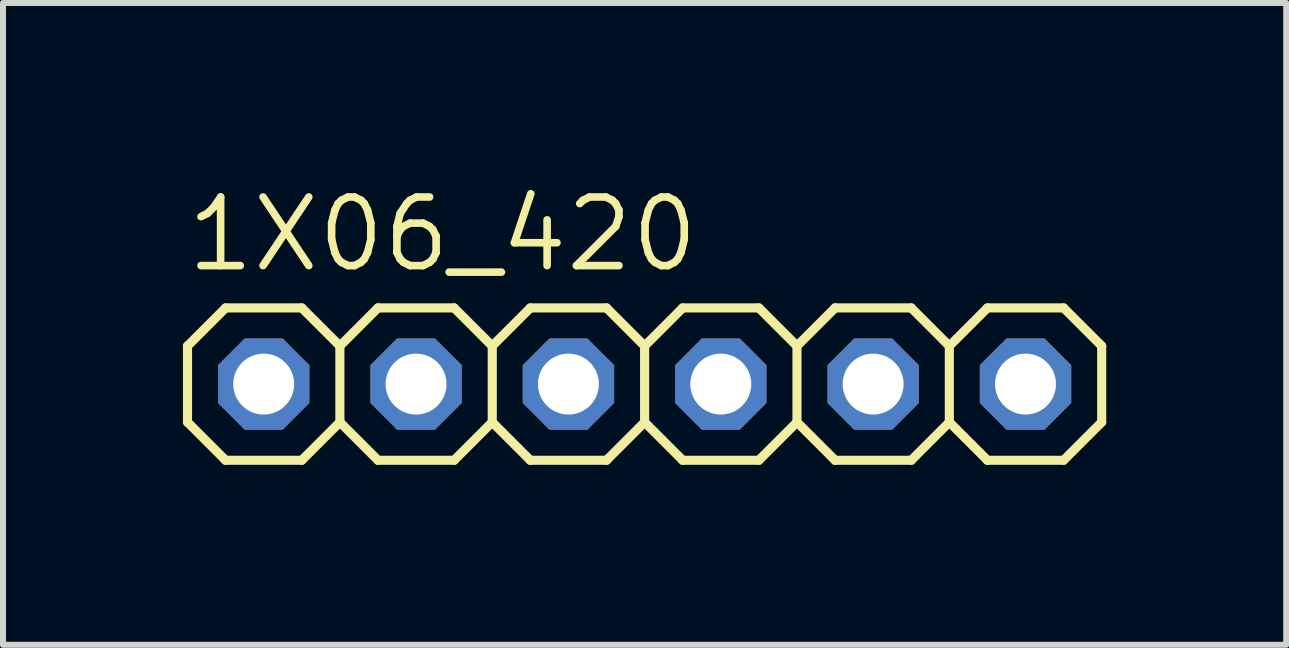
<source format=kicad_pcb>
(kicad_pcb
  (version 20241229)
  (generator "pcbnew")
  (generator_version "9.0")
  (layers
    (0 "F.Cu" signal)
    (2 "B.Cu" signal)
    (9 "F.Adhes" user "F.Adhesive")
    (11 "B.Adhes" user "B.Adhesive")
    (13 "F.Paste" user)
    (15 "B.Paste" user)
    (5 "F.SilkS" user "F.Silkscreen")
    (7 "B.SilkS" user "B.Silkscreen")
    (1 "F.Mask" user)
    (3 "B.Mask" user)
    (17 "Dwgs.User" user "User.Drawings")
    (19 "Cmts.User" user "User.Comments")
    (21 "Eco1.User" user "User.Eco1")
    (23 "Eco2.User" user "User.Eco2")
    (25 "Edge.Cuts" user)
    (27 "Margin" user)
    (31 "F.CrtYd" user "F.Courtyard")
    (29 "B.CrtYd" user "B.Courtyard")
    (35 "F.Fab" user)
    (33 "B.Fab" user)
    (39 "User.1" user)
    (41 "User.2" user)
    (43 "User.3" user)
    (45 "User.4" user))
  (footprint "1X06_420"
    (layer "F.Cu")
    (at 7.696 3.353)
    (property "Reference" "1X06_420" (at -7.696 -1.829 0) (unlocked yes) (layer "F.SilkS") (effects (font (size 1.143 1.143) (thickness 0.127)) (justify left bottom)))
    (fp_line (start -7.62 -0.635) (end -7.62 0.635) (stroke (width 0.152) (type solid)) (layer "F.SilkS"))
    (fp_line (start -7.62 0.635) (end -6.985 1.27) (stroke (width 0.152) (type solid)) (layer "F.SilkS"))
    (fp_line (start -6.985 -1.27) (end -7.62 -0.635) (stroke (width 0.152) (type solid)) (layer "F.SilkS"))
    (fp_line (start -6.985 -1.27) (end -5.715 -1.27) (stroke (width 0.152) (type solid)) (layer "F.SilkS"))
    (fp_line (start -5.715 -1.27) (end -5.08 -0.635) (stroke (width 0.152) (type solid)) (layer "F.SilkS"))
    (fp_line (start -5.715 1.27) (end -6.985 1.27) (stroke (width 0.152) (type solid)) (layer "F.SilkS"))
    (fp_line (start -5.08 -0.635) (end -5.08 0.635) (stroke (width 0.152) (type solid)) (layer "F.SilkS"))
    (fp_line (start -5.08 -0.635) (end -4.445 -1.27) (stroke (width 0.152) (type solid)) (layer "F.SilkS"))
    (fp_line (start -5.08 0.635) (end -5.715 1.27) (stroke (width 0.152) (type solid)) (layer "F.SilkS"))
    (fp_line (start -4.445 -1.27) (end -3.175 -1.27) (stroke (width 0.152) (type solid)) (layer "F.SilkS"))
    (fp_line (start -4.445 1.27) (end -5.08 0.635) (stroke (width 0.152) (type solid)) (layer "F.SilkS"))
    (fp_line (start -3.175 -1.27) (end -2.54 -0.635) (stroke (width 0.152) (type solid)) (layer "F.SilkS"))
    (fp_line (start -3.175 1.27) (end -4.445 1.27) (stroke (width 0.152) (type solid)) (layer "F.SilkS"))
    (fp_line (start -2.54 -0.635) (end -2.54 0.635) (stroke (width 0.152) (type solid)) (layer "F.SilkS"))
    (fp_line (start -2.54 -0.635) (end -1.905 -1.27) (stroke (width 0.152) (type solid)) (layer "F.SilkS"))
    (fp_line (start -2.54 0.635) (end -3.175 1.27) (stroke (width 0.152) (type solid)) (layer "F.SilkS"))
    (fp_line (start -1.905 -1.27) (end -0.635 -1.27) (stroke (width 0.152) (type solid)) (layer "F.SilkS"))
    (fp_line (start -1.905 1.27) (end -2.54 0.635) (stroke (width 0.152) (type solid)) (layer "F.SilkS"))
    (fp_line (start -0.635 -1.27) (end 0 -0.635) (stroke (width 0.152) (type solid)) (layer "F.SilkS"))
    (fp_line (start -0.635 1.27) (end -1.905 1.27) (stroke (width 0.152) (type solid)) (layer "F.SilkS"))
    (fp_line (start 0 -0.635) (end 0 0.635) (stroke (width 0.152) (type solid)) (layer "F.SilkS"))
    (fp_line (start 0 0.635) (end -0.635 1.27) (stroke (width 0.152) (type solid)) (layer "F.SilkS"))
    (fp_line (start 0 0.635) (end 0.635 1.27) (stroke (width 0.152) (type solid)) (layer "F.SilkS"))
    (fp_line (start 0.635 -1.27) (end 0 -0.635) (stroke (width 0.152) (type solid)) (layer "F.SilkS"))
    (fp_line (start 0.635 -1.27) (end 1.905 -1.27) (stroke (width 0.152) (type solid)) (layer "F.SilkS"))
    (fp_line (start 1.905 -1.27) (end 2.54 -0.635) (stroke (width 0.152) (type solid)) (layer "F.SilkS"))
    (fp_line (start 1.905 1.27) (end 0.635 1.27) (stroke (width 0.152) (type solid)) (layer "F.SilkS"))
    (fp_line (start 2.54 -0.635) (end 2.54 0.635) (stroke (width 0.152) (type solid)) (layer "F.SilkS"))
    (fp_line (start 2.54 -0.635) (end 3.175 -1.27) (stroke (width 0.152) (type solid)) (layer "F.SilkS"))
    (fp_line (start 2.54 0.635) (end 1.905 1.27) (stroke (width 0.152) (type solid)) (layer "F.SilkS"))
    (fp_line (start 3.175 -1.27) (end 4.445 -1.27) (stroke (width 0.152) (type solid)) (layer "F.SilkS"))
    (fp_line (start 3.175 1.27) (end 2.54 0.635) (stroke (width 0.152) (type solid)) (layer "F.SilkS"))
    (fp_line (start 4.445 -1.27) (end 5.08 -0.635) (stroke (width 0.152) (type solid)) (layer "F.SilkS"))
    (fp_line (start 4.445 1.27) (end 3.175 1.27) (stroke (width 0.152) (type solid)) (layer "F.SilkS"))
    (fp_line (start 5.08 -0.635) (end 5.08 0.635) (stroke (width 0.152) (type solid)) (layer "F.SilkS"))
    (fp_line (start 5.08 0.635) (end 4.445 1.27) (stroke (width 0.152) (type solid)) (layer "F.SilkS"))
    (fp_line (start 5.08 0.635) (end 5.715 1.27) (stroke (width 0.152) (type solid)) (layer "F.SilkS"))
    (fp_line (start 5.715 -1.27) (end 5.08 -0.635) (stroke (width 0.152) (type solid)) (layer "F.SilkS"))
    (fp_line (start 5.715 -1.27) (end 6.985 -1.27) (stroke (width 0.152) (type solid)) (layer "F.SilkS"))
    (fp_line (start 6.985 -1.27) (end 7.62 -0.635) (stroke (width 0.152) (type solid)) (layer "F.SilkS"))
    (fp_line (start 6.985 1.27) (end 5.715 1.27) (stroke (width 0.152) (type solid)) (layer "F.SilkS"))
    (fp_line (start 7.62 -0.635) (end 7.62 0.635) (stroke (width 0.152) (type solid)) (layer "F.SilkS"))
    (fp_line (start 7.62 0.635) (end 6.985 1.27) (stroke (width 0.152) (type solid)) (layer "F.SilkS"))
    (fp_poly (pts (xy -6.604 0.254) (xy -6.096 0.254) (xy -6.096 -0.254) (xy -6.604 -0.254)) (stroke (width 0.1) (type default)) (fill no) (layer "F.Fab"))
    (fp_poly (pts (xy -4.064 0.254) (xy -3.556 0.254) (xy -3.556 -0.254) (xy -4.064 -0.254)) (stroke (width 0.1) (type default)) (fill no) (layer "F.Fab"))
    (fp_poly (pts (xy -1.524 0.254) (xy -1.016 0.254) (xy -1.016 -0.254) (xy -1.524 -0.254)) (stroke (width 0.1) (type default)) (fill no) (layer "F.Fab"))
    (fp_poly (pts (xy 1.016 0.254) (xy 1.524 0.254) (xy 1.524 -0.254) (xy 1.016 -0.254)) (stroke (width 0.1) (type default)) (fill no) (layer "F.Fab"))
    (fp_poly (pts (xy 3.556 0.254) (xy 4.064 0.254) (xy 4.064 -0.254) (xy 3.556 -0.254)) (stroke (width 0.1) (type default)) (fill no) (layer "F.Fab"))
    (fp_poly (pts (xy 6.096 0.254) (xy 6.604 0.254) (xy 6.604 -0.254) (xy 6.096 -0.254)) (stroke (width 0.1) (type default)) (fill no) (layer "F.Fab"))
    (pad "1" thru_hole roundrect (at -6.35 0 90) (size 1.524 1.524) (drill 1.016) (layers "*.Cu" "*.Mask") (roundrect_rratio 0.25) (chamfer_ratio 0.293) (chamfer top_left top_right bottom_left bottom_right))
    (pad "2" thru_hole roundrect (at -3.81 0 90) (size 1.524 1.524) (drill 1.016) (layers "*.Cu" "*.Mask") (roundrect_rratio 0.25) (chamfer_ratio 0.293) (chamfer top_left top_right bottom_left bottom_right))
    (pad "3" thru_hole roundrect (at -1.27 0 90) (size 1.524 1.524) (drill 1.016) (layers "*.Cu" "*.Mask") (roundrect_rratio 0.25) (chamfer_ratio 0.293) (chamfer top_left top_right bottom_left bottom_right))
    (pad "4" thru_hole roundrect (at 1.27 0 90) (size 1.524 1.524) (drill 1.016) (layers "*.Cu" "*.Mask") (roundrect_rratio 0.25) (chamfer_ratio 0.293) (chamfer top_left top_right bottom_left bottom_right))
    (pad "5" thru_hole roundrect (at 3.81 0 90) (size 1.524 1.524) (drill 1.016) (layers "*.Cu" "*.Mask") (roundrect_rratio 0.25) (chamfer_ratio 0.293) (chamfer top_left top_right bottom_left bottom_right))
    (pad "6" thru_hole roundrect (at 6.35 0 90) (size 1.524 1.524) (drill 1.016) (layers "*.Cu" "*.Mask") (roundrect_rratio 0.25) (chamfer_ratio 0.293) (chamfer top_left top_right bottom_left bottom_right)))
  (gr_rect
    (start -3 -3)
    (end 18.392 7.699)
    (stroke (width 0.1) (type default))
    (fill no)
    (layer "Edge.Cuts")))
</source>
